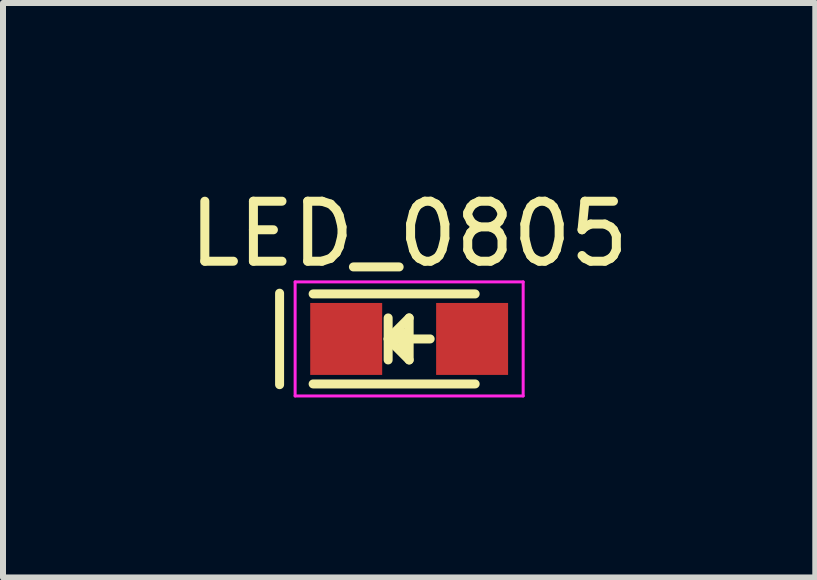
<source format=kicad_pcb>
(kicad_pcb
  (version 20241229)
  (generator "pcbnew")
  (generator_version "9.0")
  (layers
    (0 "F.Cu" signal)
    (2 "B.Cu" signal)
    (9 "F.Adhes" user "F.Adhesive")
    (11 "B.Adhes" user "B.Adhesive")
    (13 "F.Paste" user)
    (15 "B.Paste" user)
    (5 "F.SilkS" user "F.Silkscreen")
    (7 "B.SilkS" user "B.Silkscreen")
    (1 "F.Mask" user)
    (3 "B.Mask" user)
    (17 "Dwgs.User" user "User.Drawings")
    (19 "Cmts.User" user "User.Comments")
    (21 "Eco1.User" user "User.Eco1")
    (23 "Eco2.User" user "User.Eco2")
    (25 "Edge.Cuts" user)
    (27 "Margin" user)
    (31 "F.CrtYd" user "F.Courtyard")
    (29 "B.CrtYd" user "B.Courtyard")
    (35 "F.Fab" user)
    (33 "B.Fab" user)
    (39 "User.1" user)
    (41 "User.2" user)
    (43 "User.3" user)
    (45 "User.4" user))
  (footprint "LED_0805"
    (layer "F.Cu")
    (at 3.768 2.598)
    (property "Reference" "LED_0805" (at 0 -1.75 0) (layer "F.SilkS") (effects (font (size 1 1) (thickness 0.15))))
    (attr smd)
    (fp_line (start -2.159 -0.762) (end -2.159 0.762) (stroke (width 0.15) (type solid)) (layer "F.SilkS"))
    (fp_line (start -1.6 -0.75) (end 1.1 -0.75) (stroke (width 0.15) (type solid)) (layer "F.SilkS"))
    (fp_line (start -1.6 0.75) (end 1.1 0.75) (stroke (width 0.15) (type solid)) (layer "F.SilkS"))
    (fp_line (start -0.35 -0.35) (end -0.35 0.35) (stroke (width 0.15) (type solid)) (layer "F.SilkS"))
    (fp_line (start -0.35 0) (end 0 -0.35) (stroke (width 0.15) (type solid)) (layer "F.SilkS"))
    (fp_line (start -0.1 -0.1) (end -0.25 0.05) (stroke (width 0.15) (type solid)) (layer "F.SilkS"))
    (fp_line (start -0.1 0.15) (end -0.1 -0.1) (stroke (width 0.15) (type solid)) (layer "F.SilkS"))
    (fp_line (start 0 -0.35) (end 0 0.35) (stroke (width 0.15) (type solid)) (layer "F.SilkS"))
    (fp_line (start 0 0) (end 0.35 0) (stroke (width 0.15) (type solid)) (layer "F.SilkS"))
    (fp_line (start 0 0.35) (end -0.35 0) (stroke (width 0.15) (type solid)) (layer "F.SilkS"))
    (fp_line (start -1.9 -0.95) (end 1.9 -0.95) (stroke (width 0.05) (type solid)) (layer "F.CrtYd"))
    (fp_line (start -1.9 0.95) (end -1.9 -0.95) (stroke (width 0.05) (type solid)) (layer "F.CrtYd"))
    (fp_line (start 1.9 -0.95) (end 1.9 0.95) (stroke (width 0.05) (type solid)) (layer "F.CrtYd"))
    (fp_line (start 1.9 0.95) (end -1.9 0.95) (stroke (width 0.05) (type solid)) (layer "F.CrtYd"))
    (pad "1" smd rect (at -1.049 0 180) (size 1.199 1.199) (layers "F.Cu" "F.Mask" "F.Paste"))
    (pad "2" smd rect (at 1.049 0 180) (size 1.199 1.199) (layers "F.Cu" "F.Mask" "F.Paste")))
  (gr_rect
    (start -3 -3)
    (end 10.536 6.573)
    (stroke (width 0.1) (type default))
    (fill no)
    (layer "Edge.Cuts")))
</source>
